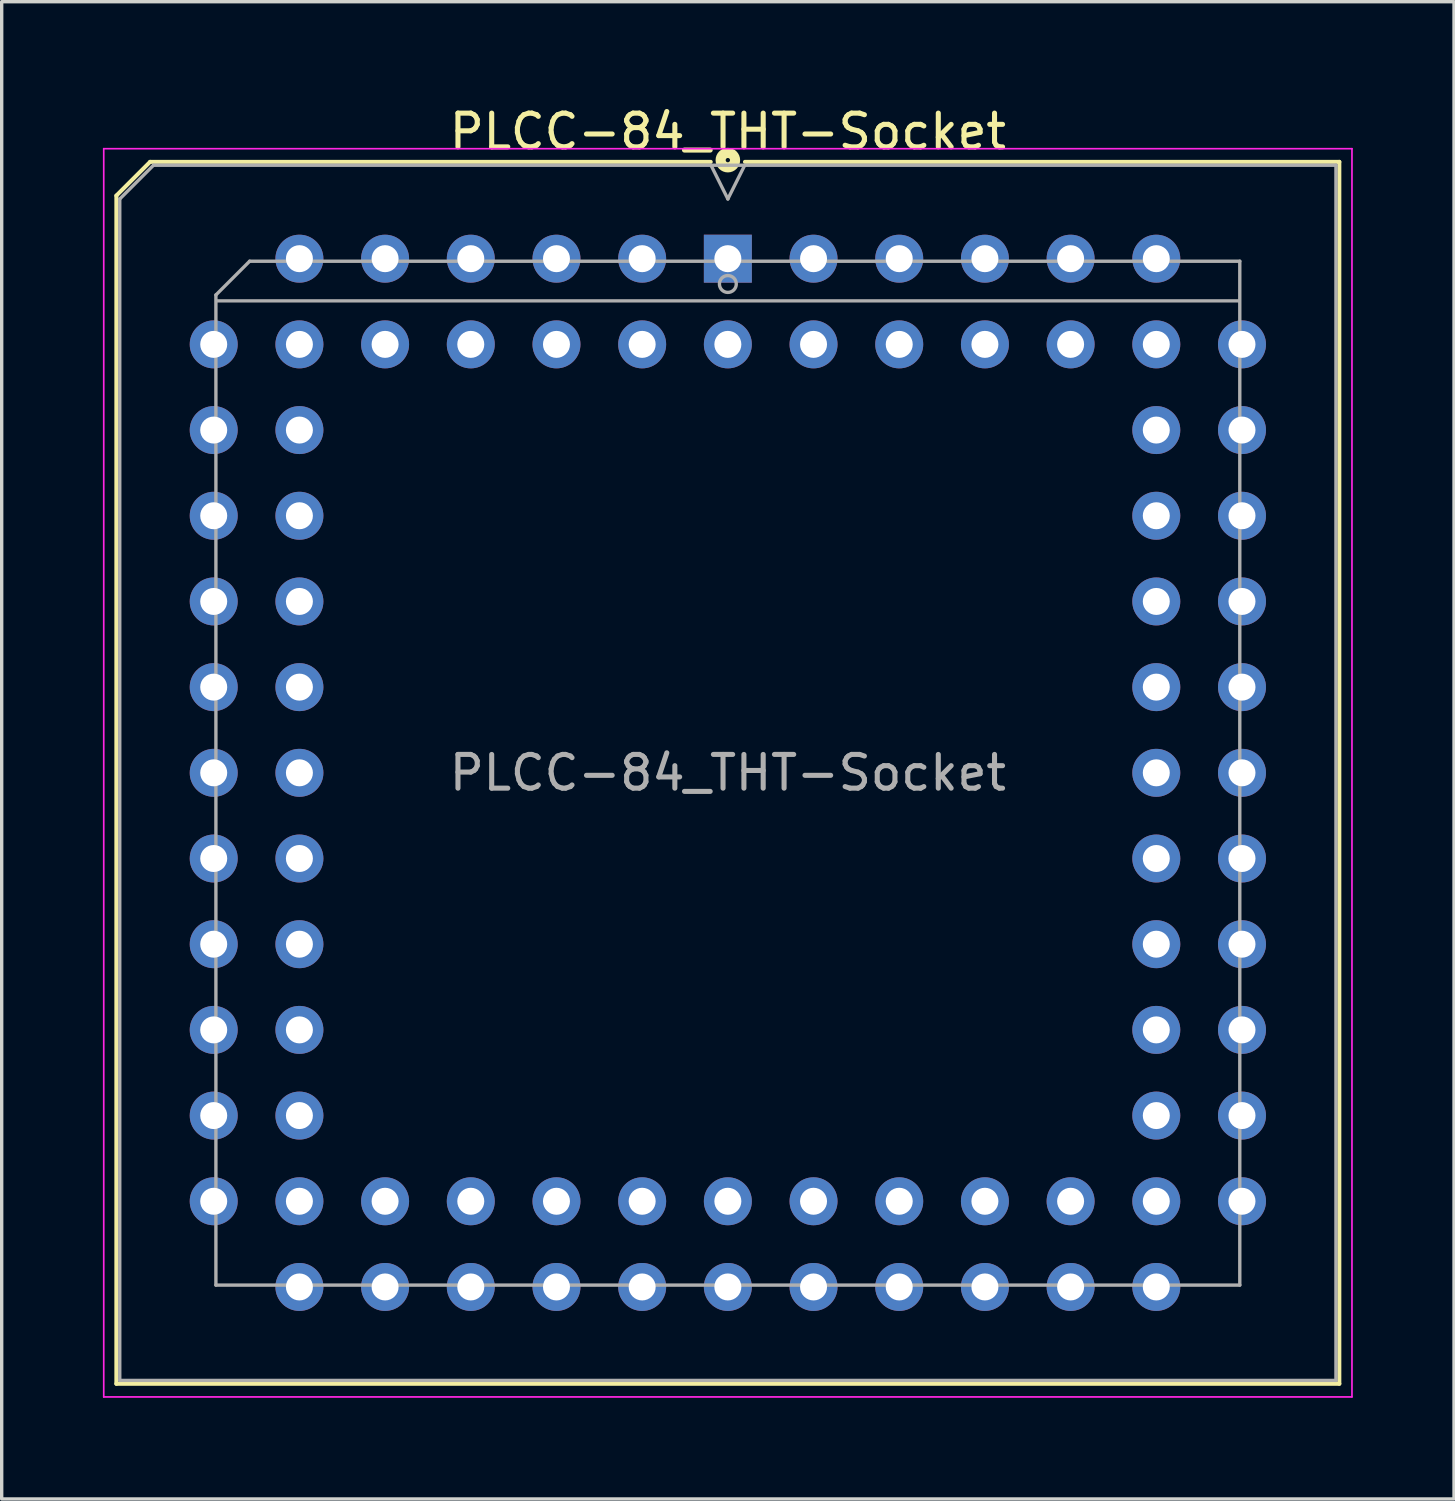
<source format=kicad_pcb>
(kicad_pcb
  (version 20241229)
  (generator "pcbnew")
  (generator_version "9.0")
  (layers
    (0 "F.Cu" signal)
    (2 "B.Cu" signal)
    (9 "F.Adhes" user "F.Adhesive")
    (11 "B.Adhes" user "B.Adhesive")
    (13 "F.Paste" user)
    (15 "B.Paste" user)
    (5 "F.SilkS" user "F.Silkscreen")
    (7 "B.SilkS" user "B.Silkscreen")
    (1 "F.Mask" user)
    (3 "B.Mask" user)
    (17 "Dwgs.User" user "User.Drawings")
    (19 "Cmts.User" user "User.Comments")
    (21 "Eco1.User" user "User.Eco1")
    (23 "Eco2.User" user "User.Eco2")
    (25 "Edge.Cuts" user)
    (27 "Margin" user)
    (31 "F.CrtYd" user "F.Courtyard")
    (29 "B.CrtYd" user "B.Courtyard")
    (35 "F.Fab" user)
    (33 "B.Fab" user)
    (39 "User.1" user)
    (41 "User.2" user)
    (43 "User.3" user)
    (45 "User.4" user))
  (footprint "PLCC-84_THT-Socket"
    (layer "F.Cu")
    (at 18.525 4.618)
    (property "Reference" "PLCC-84_THT-Socket" (at 0 -3.77 0) (layer "F.SilkS") (effects (font (size 1 1) (thickness 0.15))))
    (attr through_hole)
    (fp_line (start -18.125 -1.87) (end -18.125 33.35) (stroke (width 0.12) (type solid)) (layer "F.SilkS"))
    (fp_line (start -18.125 33.35) (end 18.125 33.35) (stroke (width 0.12) (type solid)) (layer "F.SilkS"))
    (fp_line (start -17.125 -2.87) (end -18.125 -1.87) (stroke (width 0.12) (type solid)) (layer "F.SilkS"))
    (fp_line (start -0.508 -2.87) (end -17.125 -2.87) (stroke (width 0.12) (type solid)) (layer "F.SilkS"))
    (fp_line (start 18.125 -2.87) (end 0.508 -2.87) (stroke (width 0.12) (type solid)) (layer "F.SilkS"))
    (fp_line (start 18.125 33.35) (end 18.125 -2.87) (stroke (width 0.12) (type solid)) (layer "F.SilkS"))
    (fp_circle (center 0 -2.921) (end 0.064 -2.921) (stroke (width 0.3) (type solid)) (fill no) (layer "F.SilkS"))
    (fp_line (start -18.5 -3.26) (end -18.5 33.74) (stroke (width 0.05) (type solid)) (layer "F.CrtYd"))
    (fp_line (start -18.5 33.74) (end 18.5 33.74) (stroke (width 0.05) (type solid)) (layer "F.CrtYd"))
    (fp_line (start 18.5 -3.26) (end -18.5 -3.26) (stroke (width 0.05) (type solid)) (layer "F.CrtYd"))
    (fp_line (start 18.5 33.74) (end 18.5 -3.26) (stroke (width 0.05) (type solid)) (layer "F.CrtYd"))
    (fp_line (start -18.025 -1.77) (end -18.025 33.25) (stroke (width 0.1) (type solid)) (layer "F.Fab"))
    (fp_line (start -18.025 33.25) (end 18.025 33.25) (stroke (width 0.1) (type solid)) (layer "F.Fab"))
    (fp_line (start -17.025 -2.77) (end -18.025 -1.77) (stroke (width 0.1) (type solid)) (layer "F.Fab"))
    (fp_line (start -15.175 1.075) (end -15.175 30.425) (stroke (width 0.1) (type solid)) (layer "F.Fab"))
    (fp_line (start -15.175 30.425) (end 15.175 30.425) (stroke (width 0.1) (type solid)) (layer "F.Fab"))
    (fp_line (start -14.175 0.075) (end -15.175 1.075) (stroke (width 0.1) (type solid)) (layer "F.Fab"))
    (fp_line (start -0.5 -2.77) (end 0 -1.77) (stroke (width 0.1) (type solid)) (layer "F.Fab"))
    (fp_line (start 0 -1.77) (end 0.5 -2.77) (stroke (width 0.1) (type solid)) (layer "F.Fab"))
    (fp_line (start 15.15 1.25) (end -15.15 1.25) (stroke (width 0.1) (type solid)) (layer "F.Fab"))
    (fp_line (start 15.175 0.075) (end -14.175 0.075) (stroke (width 0.1) (type solid)) (layer "F.Fab"))
    (fp_line (start 15.175 30.425) (end 15.175 0.075) (stroke (width 0.1) (type solid)) (layer "F.Fab"))
    (fp_line (start 18.025 -2.77) (end -17.025 -2.77) (stroke (width 0.1) (type solid)) (layer "F.Fab"))
    (fp_line (start 18.025 33.25) (end 18.025 -2.77) (stroke (width 0.1) (type solid)) (layer "F.Fab"))
    (fp_circle (center 0 0.75) (end 0.25 0.75) (stroke (width 0.1) (type solid)) (fill no) (layer "F.Fab"))
    (fp_text user "${REFERENCE}" (at 0 15.24 0) (layer "F.Fab") (effects (font (size 1 1) (thickness 0.15))))
    (pad "1" thru_hole rect (at 0 0) (size 1.422 1.422) (drill 0.8) (layers "*.Cu" "*.Mask"))
    (pad "2" thru_hole circle (at 0 2.54) (size 1.422 1.422) (drill 0.8) (layers "*.Cu" "*.Mask"))
    (pad "3" thru_hole circle (at -2.54 0) (size 1.422 1.422) (drill 0.8) (layers "*.Cu" "*.Mask"))
    (pad "4" thru_hole circle (at -2.54 2.54) (size 1.422 1.422) (drill 0.8) (layers "*.Cu" "*.Mask"))
    (pad "5" thru_hole circle (at -5.08 0) (size 1.422 1.422) (drill 0.8) (layers "*.Cu" "*.Mask"))
    (pad "6" thru_hole circle (at -5.08 2.54) (size 1.422 1.422) (drill 0.8) (layers "*.Cu" "*.Mask"))
    (pad "7" thru_hole circle (at -7.62 0) (size 1.422 1.422) (drill 0.8) (layers "*.Cu" "*.Mask"))
    (pad "8" thru_hole circle (at -7.62 2.54) (size 1.422 1.422) (drill 0.8) (layers "*.Cu" "*.Mask"))
    (pad "9" thru_hole circle (at -10.16 0) (size 1.422 1.422) (drill 0.8) (layers "*.Cu" "*.Mask"))
    (pad "10" thru_hole circle (at -10.16 2.54) (size 1.422 1.422) (drill 0.8) (layers "*.Cu" "*.Mask"))
    (pad "11" thru_hole circle (at -12.7 0) (size 1.422 1.422) (drill 0.8) (layers "*.Cu" "*.Mask"))
    (pad "12" thru_hole circle (at -15.24 2.54) (size 1.422 1.422) (drill 0.8) (layers "*.Cu" "*.Mask"))
    (pad "13" thru_hole circle (at -12.7 2.54) (size 1.422 1.422) (drill 0.8) (layers "*.Cu" "*.Mask"))
    (pad "14" thru_hole circle (at -15.24 5.08) (size 1.422 1.422) (drill 0.8) (layers "*.Cu" "*.Mask"))
    (pad "15" thru_hole circle (at -12.7 5.08) (size 1.422 1.422) (drill 0.8) (layers "*.Cu" "*.Mask"))
    (pad "16" thru_hole circle (at -15.24 7.62) (size 1.422 1.422) (drill 0.8) (layers "*.Cu" "*.Mask"))
    (pad "17" thru_hole circle (at -12.7 7.62) (size 1.422 1.422) (drill 0.8) (layers "*.Cu" "*.Mask"))
    (pad "18" thru_hole circle (at -15.24 10.16) (size 1.422 1.422) (drill 0.8) (layers "*.Cu" "*.Mask"))
    (pad "19" thru_hole circle (at -12.7 10.16) (size 1.422 1.422) (drill 0.8) (layers "*.Cu" "*.Mask"))
    (pad "20" thru_hole circle (at -15.24 12.7) (size 1.422 1.422) (drill 0.8) (layers "*.Cu" "*.Mask"))
    (pad "21" thru_hole circle (at -12.7 12.7) (size 1.422 1.422) (drill 0.8) (layers "*.Cu" "*.Mask"))
    (pad "22" thru_hole circle (at -15.24 15.24) (size 1.422 1.422) (drill 0.8) (layers "*.Cu" "*.Mask"))
    (pad "23" thru_hole circle (at -12.7 15.24) (size 1.422 1.422) (drill 0.8) (layers "*.Cu" "*.Mask"))
    (pad "24" thru_hole circle (at -15.24 17.78) (size 1.422 1.422) (drill 0.8) (layers "*.Cu" "*.Mask"))
    (pad "25" thru_hole circle (at -12.7 17.78) (size 1.422 1.422) (drill 0.8) (layers "*.Cu" "*.Mask"))
    (pad "26" thru_hole circle (at -15.24 20.32) (size 1.422 1.422) (drill 0.8) (layers "*.Cu" "*.Mask"))
    (pad "27" thru_hole circle (at -12.7 20.32) (size 1.422 1.422) (drill 0.8) (layers "*.Cu" "*.Mask"))
    (pad "28" thru_hole circle (at -15.24 22.86) (size 1.422 1.422) (drill 0.8) (layers "*.Cu" "*.Mask"))
    (pad "29" thru_hole circle (at -12.7 22.86) (size 1.422 1.422) (drill 0.8) (layers "*.Cu" "*.Mask"))
    (pad "30" thru_hole circle (at -15.24 25.4) (size 1.422 1.422) (drill 0.8) (layers "*.Cu" "*.Mask"))
    (pad "31" thru_hole circle (at -12.7 25.4) (size 1.422 1.422) (drill 0.8) (layers "*.Cu" "*.Mask"))
    (pad "32" thru_hole circle (at -15.24 27.94) (size 1.422 1.422) (drill 0.8) (layers "*.Cu" "*.Mask"))
    (pad "33" thru_hole circle (at -12.7 30.48) (size 1.422 1.422) (drill 0.8) (layers "*.Cu" "*.Mask"))
    (pad "34" thru_hole circle (at -12.7 27.94) (size 1.422 1.422) (drill 0.8) (layers "*.Cu" "*.Mask"))
    (pad "35" thru_hole circle (at -10.16 30.48) (size 1.422 1.422) (drill 0.8) (layers "*.Cu" "*.Mask"))
    (pad "36" thru_hole circle (at -10.16 27.94) (size 1.422 1.422) (drill 0.8) (layers "*.Cu" "*.Mask"))
    (pad "37" thru_hole circle (at -7.62 30.48) (size 1.422 1.422) (drill 0.8) (layers "*.Cu" "*.Mask"))
    (pad "38" thru_hole circle (at -7.62 27.94) (size 1.422 1.422) (drill 0.8) (layers "*.Cu" "*.Mask"))
    (pad "39" thru_hole circle (at -5.08 30.48) (size 1.422 1.422) (drill 0.8) (layers "*.Cu" "*.Mask"))
    (pad "40" thru_hole circle (at -5.08 27.94) (size 1.422 1.422) (drill 0.8) (layers "*.Cu" "*.Mask"))
    (pad "41" thru_hole circle (at -2.54 30.48) (size 1.422 1.422) (drill 0.8) (layers "*.Cu" "*.Mask"))
    (pad "42" thru_hole circle (at -2.54 27.94) (size 1.422 1.422) (drill 0.8) (layers "*.Cu" "*.Mask"))
    (pad "43" thru_hole circle (at 0 30.48) (size 1.422 1.422) (drill 0.8) (layers "*.Cu" "*.Mask"))
    (pad "44" thru_hole circle (at 0 27.94) (size 1.422 1.422) (drill 0.8) (layers "*.Cu" "*.Mask"))
    (pad "45" thru_hole circle (at 2.54 30.48) (size 1.422 1.422) (drill 0.8) (layers "*.Cu" "*.Mask"))
    (pad "46" thru_hole circle (at 2.54 27.94) (size 1.422 1.422) (drill 0.8) (layers "*.Cu" "*.Mask"))
    (pad "47" thru_hole circle (at 5.08 30.48) (size 1.422 1.422) (drill 0.8) (layers "*.Cu" "*.Mask"))
    (pad "48" thru_hole circle (at 5.08 27.94) (size 1.422 1.422) (drill 0.8) (layers "*.Cu" "*.Mask"))
    (pad "49" thru_hole circle (at 7.62 30.48) (size 1.422 1.422) (drill 0.8) (layers "*.Cu" "*.Mask"))
    (pad "50" thru_hole circle (at 7.62 27.94) (size 1.422 1.422) (drill 0.8) (layers "*.Cu" "*.Mask"))
    (pad "51" thru_hole circle (at 10.16 30.48) (size 1.422 1.422) (drill 0.8) (layers "*.Cu" "*.Mask"))
    (pad "52" thru_hole circle (at 10.16 27.94) (size 1.422 1.422) (drill 0.8) (layers "*.Cu" "*.Mask"))
    (pad "53" thru_hole circle (at 12.7 30.48) (size 1.422 1.422) (drill 0.8) (layers "*.Cu" "*.Mask"))
    (pad "54" thru_hole circle (at 15.24 27.94) (size 1.422 1.422) (drill 0.8) (layers "*.Cu" "*.Mask"))
    (pad "55" thru_hole circle (at 12.7 27.94) (size 1.422 1.422) (drill 0.8) (layers "*.Cu" "*.Mask"))
    (pad "56" thru_hole circle (at 15.24 25.4) (size 1.422 1.422) (drill 0.8) (layers "*.Cu" "*.Mask"))
    (pad "57" thru_hole circle (at 12.7 25.4) (size 1.422 1.422) (drill 0.8) (layers "*.Cu" "*.Mask"))
    (pad "58" thru_hole circle (at 15.24 22.86) (size 1.422 1.422) (drill 0.8) (layers "*.Cu" "*.Mask"))
    (pad "59" thru_hole circle (at 12.7 22.86) (size 1.422 1.422) (drill 0.8) (layers "*.Cu" "*.Mask"))
    (pad "60" thru_hole circle (at 15.24 20.32) (size 1.422 1.422) (drill 0.8) (layers "*.Cu" "*.Mask"))
    (pad "61" thru_hole circle (at 12.7 20.32) (size 1.422 1.422) (drill 0.8) (layers "*.Cu" "*.Mask"))
    (pad "62" thru_hole circle (at 15.24 17.78) (size 1.422 1.422) (drill 0.8) (layers "*.Cu" "*.Mask"))
    (pad "63" thru_hole circle (at 12.7 17.78) (size 1.422 1.422) (drill 0.8) (layers "*.Cu" "*.Mask"))
    (pad "64" thru_hole circle (at 15.24 15.24) (size 1.422 1.422) (drill 0.8) (layers "*.Cu" "*.Mask"))
    (pad "65" thru_hole circle (at 12.7 15.24) (size 1.422 1.422) (drill 0.8) (layers "*.Cu" "*.Mask"))
    (pad "66" thru_hole circle (at 15.24 12.7) (size 1.422 1.422) (drill 0.8) (layers "*.Cu" "*.Mask"))
    (pad "67" thru_hole circle (at 12.7 12.7) (size 1.422 1.422) (drill 0.8) (layers "*.Cu" "*.Mask"))
    (pad "68" thru_hole circle (at 15.24 10.16) (size 1.422 1.422) (drill 0.8) (layers "*.Cu" "*.Mask"))
    (pad "69" thru_hole circle (at 12.7 10.16) (size 1.422 1.422) (drill 0.8) (layers "*.Cu" "*.Mask"))
    (pad "70" thru_hole circle (at 15.24 7.62) (size 1.422 1.422) (drill 0.8) (layers "*.Cu" "*.Mask"))
    (pad "71" thru_hole circle (at 12.7 7.62) (size 1.422 1.422) (drill 0.8) (layers "*.Cu" "*.Mask"))
    (pad "72" thru_hole circle (at 15.24 5.08) (size 1.422 1.422) (drill 0.8) (layers "*.Cu" "*.Mask"))
    (pad "73" thru_hole circle (at 12.7 5.08) (size 1.422 1.422) (drill 0.8) (layers "*.Cu" "*.Mask"))
    (pad "74" thru_hole circle (at 15.24 2.54) (size 1.422 1.422) (drill 0.8) (layers "*.Cu" "*.Mask"))
    (pad "75" thru_hole circle (at 12.7 0) (size 1.422 1.422) (drill 0.8) (layers "*.Cu" "*.Mask"))
    (pad "76" thru_hole circle (at 12.7 2.54) (size 1.422 1.422) (drill 0.8) (layers "*.Cu" "*.Mask"))
    (pad "77" thru_hole circle (at 10.16 0) (size 1.422 1.422) (drill 0.8) (layers "*.Cu" "*.Mask"))
    (pad "78" thru_hole circle (at 10.16 2.54) (size 1.422 1.422) (drill 0.8) (layers "*.Cu" "*.Mask"))
    (pad "79" thru_hole circle (at 7.62 0) (size 1.422 1.422) (drill 0.8) (layers "*.Cu" "*.Mask"))
    (pad "80" thru_hole circle (at 7.62 2.54) (size 1.422 1.422) (drill 0.8) (layers "*.Cu" "*.Mask"))
    (pad "81" thru_hole circle (at 5.08 0) (size 1.422 1.422) (drill 0.8) (layers "*.Cu" "*.Mask"))
    (pad "82" thru_hole circle (at 5.08 2.54) (size 1.422 1.422) (drill 0.8) (layers "*.Cu" "*.Mask"))
    (pad "83" thru_hole circle (at 2.54 0) (size 1.422 1.422) (drill 0.8) (layers "*.Cu" "*.Mask"))
    (pad "84" thru_hole circle (at 2.54 2.54) (size 1.422 1.422) (drill 0.8) (layers "*.Cu" "*.Mask")))
  (gr_rect
    (start -3 -3)
    (end 40.05 41.383)
    (stroke (width 0.1) (type default))
    (fill no)
    (layer "Edge.Cuts")))
</source>
